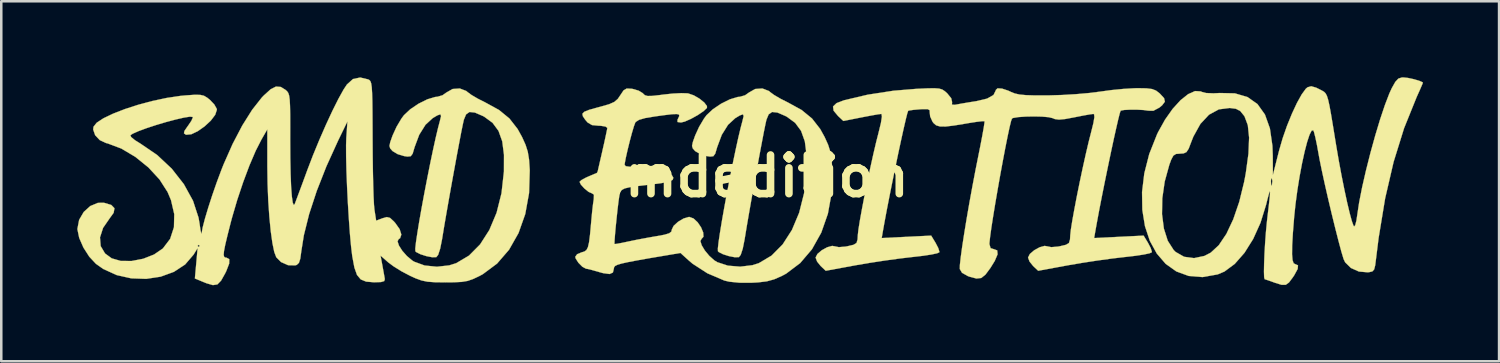
<source format=kicad_pcb>
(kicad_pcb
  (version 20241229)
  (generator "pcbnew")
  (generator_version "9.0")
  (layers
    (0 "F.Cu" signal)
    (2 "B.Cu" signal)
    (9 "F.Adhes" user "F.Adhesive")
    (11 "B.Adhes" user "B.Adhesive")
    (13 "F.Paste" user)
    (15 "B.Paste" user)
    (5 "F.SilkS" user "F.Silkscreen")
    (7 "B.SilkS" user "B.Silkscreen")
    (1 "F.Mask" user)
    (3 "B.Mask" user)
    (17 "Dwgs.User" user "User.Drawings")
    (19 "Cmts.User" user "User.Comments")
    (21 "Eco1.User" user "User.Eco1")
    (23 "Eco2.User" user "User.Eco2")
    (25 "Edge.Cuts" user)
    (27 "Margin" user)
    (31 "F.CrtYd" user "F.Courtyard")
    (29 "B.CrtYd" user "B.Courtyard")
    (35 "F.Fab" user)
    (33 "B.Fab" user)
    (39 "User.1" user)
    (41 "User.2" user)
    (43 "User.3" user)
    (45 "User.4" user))
  (footprint "smdedition"
    (layer "F.Cu")
    (at 26.589 3.9)
    (property "Reference" "smdedition" (at 0 0 0) (layer "F.SilkS") (effects (font (size 1.524 1.524) (thickness 0.3))))
    (attr through_hole)
    (fp_poly (pts (xy 25.912 -3.875) (xy 26.14 -3.826) (xy 26.35 -3.765) (xy 26.482 -3.708) (xy 26.501 -3.686) (xy 26.468 -3.604) (xy 26.384 -3.409) (xy 26.264 -3.142) (xy 26.255 -3.122) (xy 25.758 -1.891) (xy 25.346 -0.566) (xy 25.012 0.871) (xy 24.754 2.437) (xy 24.657 3.217) (xy 24.62 3.513) (xy 24.578 3.68) (xy 24.508 3.758) (xy 24.386 3.787) (xy 24.323 3.794) (xy 23.974 3.763) (xy 23.66 3.622) (xy 23.434 3.4) (xy 23.372 3.271) (xy 23.284 2.978) (xy 23.171 2.556) (xy 23.04 2.041) (xy 22.9 1.471) (xy 22.76 0.881) (xy 22.629 0.307) (xy 22.516 -0.212) (xy 22.428 -0.641) (xy 22.39 -0.847) (xy 22.323 -1.219) (xy 22.258 -1.53) (xy 22.204 -1.74) (xy 22.176 -1.81) (xy 22.109 -1.794) (xy 22.027 -1.633) (xy 21.934 -1.35) (xy 21.834 -0.967) (xy 21.733 -0.507) (xy 21.636 0.008) (xy 21.548 0.553) (xy 21.474 1.108) (xy 21.422 1.609) (xy 21.371 2.248) (xy 21.343 2.735) (xy 21.339 3.085) (xy 21.358 3.314) (xy 21.401 3.437) (xy 21.463 3.471) (xy 21.573 3.518) (xy 21.56 3.661) (xy 21.425 3.91) (xy 21.367 3.996) (xy 21.217 4.196) (xy 21.089 4.288) (xy 20.925 4.287) (xy 20.669 4.208) (xy 20.616 4.189) (xy 20.404 4.113) (xy 20.273 4.07) (xy 20.256 4.065) (xy 20.237 3.985) (xy 20.23 3.768) (xy 20.236 3.449) (xy 20.251 3.059) (xy 20.276 2.632) (xy 20.308 2.2) (xy 20.347 1.796) (xy 20.363 1.651) (xy 20.422 1.154) (xy 20.459 0.816) (xy 20.472 0.632) (xy 20.462 0.593) (xy 20.427 0.691) (xy 20.366 0.918) (xy 20.313 1.132) (xy 20.093 1.84) (xy 19.804 2.479) (xy 19.461 3.026) (xy 19.078 3.462) (xy 18.672 3.763) (xy 18.405 3.876) (xy 17.806 3.982) (xy 17.261 3.938) (xy 16.774 3.76) (xy 16.352 3.46) (xy 16.002 3.054) (xy 15.727 2.553) (xy 15.535 1.973) (xy 15.458 1.499) (xy 16.208 1.499) (xy 16.281 2.068) (xy 16.434 2.549) (xy 16.667 2.914) (xy 16.743 2.989) (xy 17.079 3.181) (xy 17.472 3.234) (xy 17.88 3.148) (xy 18.128 3.02) (xy 18.447 2.725) (xy 18.747 2.279) (xy 19.019 1.702) (xy 19.256 1.011) (xy 19.449 0.224) (xy 19.452 0.212) (xy 20.506 0.212) (xy 20.515 0.356) (xy 20.541 0.369) (xy 20.545 0.361) (xy 20.562 0.193) (xy 20.548 0.107) (xy 20.521 0.073) (xy 20.506 0.185) (xy 20.506 0.212) (xy 19.452 0.212) (xy 19.513 -0.117) (xy 19.618 -0.887) (xy 19.644 -1.52) (xy 19.593 -2.012) (xy 19.463 -2.359) (xy 19.449 -2.379) (xy 19.296 -2.568) (xy 19.124 -2.658) (xy 18.878 -2.69) (xy 18.448 -2.635) (xy 18.06 -2.423) (xy 17.722 -2.061) (xy 17.444 -1.559) (xy 17.359 -1.343) (xy 17.26 -1.084) (xy 17.172 -0.949) (xy 17.059 -0.897) (xy 16.924 -0.889) (xy 16.761 -0.876) (xy 16.655 -0.809) (xy 16.57 -0.649) (xy 16.496 -0.448) (xy 16.314 0.213) (xy 16.219 0.872) (xy 16.208 1.499) (xy 15.458 1.499) (xy 15.431 1.326) (xy 15.42 0.628) (xy 15.509 -0.11) (xy 15.703 -0.871) (xy 16.009 -1.644) (xy 16.054 -1.738) (xy 16.327 -2.229) (xy 16.627 -2.654) (xy 16.937 -2.995) (xy 17.238 -3.235) (xy 17.511 -3.357) (xy 17.738 -3.344) (xy 17.775 -3.325) (xy 17.946 -3.28) (xy 18.237 -3.268) (xy 18.485 -3.28) (xy 19.083 -3.267) (xy 19.579 -3.122) (xy 19.974 -2.844) (xy 20.269 -2.431) (xy 20.465 -1.882) (xy 20.564 -1.195) (xy 20.578 -0.81) (xy 20.582 -0.042) (xy 20.829 -1.016) (xy 20.969 -1.499) (xy 21.142 -1.993) (xy 21.335 -2.467) (xy 21.532 -2.889) (xy 21.72 -3.227) (xy 21.883 -3.45) (xy 21.951 -3.507) (xy 22.095 -3.547) (xy 22.289 -3.492) (xy 22.416 -3.429) (xy 22.518 -3.377) (xy 22.598 -3.33) (xy 22.661 -3.267) (xy 22.714 -3.168) (xy 22.763 -3.011) (xy 22.815 -2.777) (xy 22.876 -2.443) (xy 22.952 -1.989) (xy 23.049 -1.394) (xy 23.076 -1.228) (xy 23.18 -0.62) (xy 23.291 -0.024) (xy 23.404 0.538) (xy 23.512 1.04) (xy 23.612 1.459) (xy 23.697 1.771) (xy 23.762 1.952) (xy 23.787 1.987) (xy 23.831 1.934) (xy 23.878 1.753) (xy 23.909 1.543) (xy 23.985 1.04) (xy 24.103 0.44) (xy 24.255 -0.223) (xy 24.43 -0.915) (xy 24.619 -1.599) (xy 24.813 -2.242) (xy 25.003 -2.809) (xy 25.178 -3.265) (xy 25.273 -3.472) (xy 25.413 -3.721) (xy 25.533 -3.849) (xy 25.672 -3.893) (xy 25.727 -3.895) (xy 25.912 -3.875)) (stroke (width 0.01) (type solid)) (fill yes) (layer "F.SilkS"))
    (fp_poly (pts (xy 15.592 -3.465) (xy 15.817 -3.437) (xy 15.972 -3.376) (xy 16.109 -3.27) (xy 16.117 -3.264) (xy 16.289 -3.078) (xy 16.321 -2.938) (xy 16.211 -2.794) (xy 16.11 -2.709) (xy 15.866 -2.579) (xy 15.665 -2.583) (xy 15.48 -2.609) (xy 15.221 -2.623) (xy 14.947 -2.623) (xy 14.715 -2.611) (xy 14.583 -2.586) (xy 14.575 -2.581) (xy 14.542 -2.484) (xy 14.481 -2.245) (xy 14.399 -1.889) (xy 14.299 -1.44) (xy 14.188 -0.923) (xy 14.071 -0.363) (xy 13.952 0.216) (xy 13.837 0.789) (xy 13.731 1.332) (xy 13.64 1.821) (xy 13.584 2.131) (xy 13.53 2.442) (xy 14.506 2.394) (xy 15.482 2.346) (xy 15.657 2.634) (xy 15.762 2.836) (xy 15.807 2.983) (xy 15.805 3.004) (xy 15.715 3.044) (xy 15.489 3.092) (xy 15.162 3.142) (xy 14.767 3.188) (xy 14.744 3.19) (xy 14.243 3.249) (xy 13.651 3.33) (xy 13.044 3.423) (xy 12.516 3.513) (xy 11.322 3.733) (xy 11.122 3.545) (xy 10.981 3.37) (xy 10.922 3.212) (xy 10.922 3.211) (xy 10.993 3.071) (xy 11.165 2.924) (xy 11.379 2.806) (xy 11.577 2.751) (xy 11.674 2.768) (xy 11.839 2.801) (xy 12.106 2.779) (xy 12.184 2.764) (xy 12.42 2.708) (xy 12.537 2.635) (xy 12.578 2.496) (xy 12.587 2.334) (xy 12.611 2.114) (xy 12.667 1.762) (xy 12.749 1.308) (xy 12.849 0.785) (xy 12.963 0.225) (xy 13.083 -0.341) (xy 13.203 -0.881) (xy 13.316 -1.362) (xy 13.406 -1.714) (xy 13.5 -2.093) (xy 13.54 -2.329) (xy 13.528 -2.44) (xy 13.5 -2.455) (xy 13.372 -2.439) (xy 13.126 -2.396) (xy 12.811 -2.334) (xy 12.74 -2.32) (xy 12.382 -2.253) (xy 12.143 -2.231) (xy 11.98 -2.252) (xy 11.891 -2.289) (xy 11.736 -2.326) (xy 11.473 -2.349) (xy 11.153 -2.356) (xy 10.824 -2.35) (xy 10.537 -2.33) (xy 10.34 -2.297) (xy 10.288 -2.273) (xy 10.251 -2.169) (xy 10.191 -1.923) (xy 10.114 -1.562) (xy 10.024 -1.111) (xy 9.926 -0.596) (xy 9.824 -0.043) (xy 9.724 0.522) (xy 9.629 1.073) (xy 9.545 1.585) (xy 9.475 2.032) (xy 9.426 2.388) (xy 9.4 2.627) (xy 9.398 2.683) (xy 9.445 2.841) (xy 9.567 2.879) (xy 9.706 2.929) (xy 9.72 3.083) (xy 9.609 3.344) (xy 9.438 3.621) (xy 9.243 3.884) (xy 9.076 4.018) (xy 8.885 4.039) (xy 8.618 3.968) (xy 8.551 3.945) (xy 8.316 3.812) (xy 8.229 3.664) (xy 8.233 3.505) (xy 8.266 3.204) (xy 8.323 2.786) (xy 8.402 2.274) (xy 8.497 1.694) (xy 8.605 1.069) (xy 8.723 0.423) (xy 8.845 -0.219) (xy 8.943 -0.709) (xy 9.037 -1.178) (xy 9.115 -1.585) (xy 9.172 -1.904) (xy 9.203 -2.108) (xy 9.205 -2.168) (xy 9.114 -2.168) (xy 8.896 -2.143) (xy 8.593 -2.096) (xy 8.461 -2.073) (xy 7.997 -1.997) (xy 7.669 -1.958) (xy 7.445 -1.961) (xy 7.297 -2.005) (xy 7.194 -2.093) (xy 7.151 -2.152) (xy 7.06 -2.355) (xy 7.043 -2.512) (xy 7.039 -2.603) (xy 6.959 -2.643) (xy 6.765 -2.645) (xy 6.646 -2.637) (xy 6.397 -2.615) (xy 6.23 -2.59) (xy 6.192 -2.578) (xy 6.159 -2.482) (xy 6.099 -2.244) (xy 6.017 -1.89) (xy 5.918 -1.443) (xy 5.807 -0.928) (xy 5.69 -0.369) (xy 5.572 0.208) (xy 5.457 0.78) (xy 5.351 1.321) (xy 5.26 1.808) (xy 5.202 2.131) (xy 5.148 2.442) (xy 6.124 2.394) (xy 7.1 2.346) (xy 7.275 2.634) (xy 7.38 2.836) (xy 7.425 2.983) (xy 7.423 3.004) (xy 7.333 3.044) (xy 7.107 3.092) (xy 6.78 3.142) (xy 6.385 3.188) (xy 6.362 3.19) (xy 5.861 3.249) (xy 5.269 3.33) (xy 4.662 3.423) (xy 4.134 3.513) (xy 2.94 3.733) (xy 2.74 3.545) (xy 2.599 3.37) (xy 2.54 3.212) (xy 2.54 3.211) (xy 2.611 3.071) (xy 2.783 2.924) (xy 2.997 2.806) (xy 3.195 2.751) (xy 3.292 2.768) (xy 3.457 2.801) (xy 3.724 2.779) (xy 3.802 2.764) (xy 4.038 2.708) (xy 4.155 2.635) (xy 4.196 2.496) (xy 4.205 2.334) (xy 4.229 2.114) (xy 4.285 1.762) (xy 4.367 1.308) (xy 4.467 0.785) (xy 4.581 0.225) (xy 4.701 -0.341) (xy 4.821 -0.881) (xy 4.934 -1.362) (xy 5.024 -1.714) (xy 5.117 -2.096) (xy 5.156 -2.347) (xy 5.14 -2.453) (xy 5.13 -2.455) (xy 5.009 -2.44) (xy 4.767 -2.398) (xy 4.449 -2.338) (xy 4.336 -2.316) (xy 3.635 -2.177) (xy 3.426 -2.373) (xy 3.25 -2.583) (xy 3.228 -2.748) (xy 3.366 -2.881) (xy 3.662 -2.994) (xy 4.597 -3.214) (xy 5.618 -3.371) (xy 6.519 -3.445) (xy 6.938 -3.464) (xy 7.224 -3.469) (xy 7.413 -3.455) (xy 7.54 -3.417) (xy 7.642 -3.349) (xy 7.734 -3.267) (xy 7.892 -3.073) (xy 7.927 -2.918) (xy 7.924 -2.911) (xy 7.92 -2.823) (xy 8.031 -2.814) (xy 8.107 -2.828) (xy 8.314 -2.866) (xy 8.617 -2.917) (xy 8.89 -2.96) (xy 9.305 -3.059) (xy 9.559 -3.202) (xy 9.652 -3.389) (xy 9.652 -3.403) (xy 9.72 -3.465) (xy 9.897 -3.454) (xy 10.141 -3.373) (xy 10.248 -3.323) (xy 10.399 -3.262) (xy 10.588 -3.22) (xy 10.846 -3.196) (xy 11.207 -3.185) (xy 11.704 -3.186) (xy 11.726 -3.186) (xy 12.255 -3.202) (xy 12.816 -3.235) (xy 13.34 -3.281) (xy 13.758 -3.334) (xy 14.212 -3.396) (xy 14.692 -3.443) (xy 15.118 -3.468) (xy 15.249 -3.471) (xy 15.592 -3.465)) (stroke (width 0.01) (type solid)) (fill yes) (layer "F.SilkS"))
    (fp_poly (pts (xy 0.695 -3.361) (xy 0.747 -3.317) (xy 0.901 -3.204) (xy 1.155 -3.055) (xy 1.45 -2.906) (xy 1.989 -2.61) (xy 2.399 -2.274) (xy 2.721 -1.861) (xy 2.895 -1.547) (xy 3.035 -1.237) (xy 3.122 -0.963) (xy 3.172 -0.659) (xy 3.199 -0.258) (xy 3.2 -0.22) (xy 3.174 0.66) (xy 3.025 1.483) (xy 2.763 2.23) (xy 2.396 2.885) (xy 1.932 3.429) (xy 1.38 3.845) (xy 1.209 3.937) (xy 0.906 4.07) (xy 0.615 4.15) (xy 0.267 4.192) (xy 0 4.206) (xy -0.469 4.204) (xy -0.86 4.165) (xy -1.058 4.119) (xy -1.73 3.832) (xy -2.313 3.455) (xy -2.458 3.332) (xy -2.792 3.03) (xy -3.364 3.127) (xy -4.004 3.235) (xy -4.495 3.322) (xy -4.858 3.391) (xy -5.111 3.447) (xy -5.275 3.496) (xy -5.368 3.542) (xy -5.409 3.591) (xy -5.419 3.644) (xy -5.457 3.802) (xy -5.587 3.861) (xy -5.833 3.829) (xy -5.946 3.799) (xy -6.212 3.723) (xy -6.363 3.681) (xy -6.449 3.662) (xy -6.519 3.651) (xy -6.519 3.651) (xy -6.662 3.574) (xy -6.819 3.416) (xy -6.926 3.248) (xy -6.943 3.182) (xy -6.869 3.08) (xy -6.695 3.007) (xy -6.583 2.974) (xy -6.501 2.915) (xy -6.443 2.803) (xy -6.398 2.61) (xy -6.36 2.309) (xy -6.32 1.874) (xy -6.308 1.736) (xy -6.276 1.399) (xy -6.241 1.098) (xy -6.213 0.91) (xy -6.206 0.731) (xy -6.286 0.677) (xy -6.417 0.62) (xy -6.582 0.486) (xy -6.721 0.333) (xy -6.773 0.224) (xy -6.703 0.157) (xy -6.524 0.059) (xy -6.421 0.013) (xy -6.069 -0.137) (xy -5.876 -0.979) (xy -5.794 -1.34) (xy -5.729 -1.642) (xy -5.687 -1.844) (xy -5.678 -1.905) (xy -5.749 -1.957) (xy -5.936 -1.987) (xy -6.022 -1.99) (xy -6.281 -2.015) (xy -6.454 -2.116) (xy -6.55 -2.227) (xy -6.642 -2.363) (xy -6.661 -2.461) (xy -6.587 -2.539) (xy -6.398 -2.616) (xy -6.073 -2.707) (xy -5.93 -2.745) (xy -5.606 -2.838) (xy -5.401 -2.929) (xy -5.264 -3.048) (xy -5.164 -3.195) (xy -5.037 -3.384) (xy -4.914 -3.457) (xy -4.724 -3.449) (xy -4.675 -3.441) (xy -4.441 -3.373) (xy -4.277 -3.273) (xy -4.263 -3.256) (xy -4.195 -3.193) (xy -4.085 -3.163) (xy -3.895 -3.167) (xy -3.588 -3.202) (xy -3.463 -3.219) (xy -3.097 -3.258) (xy -2.762 -3.275) (xy -2.518 -3.268) (xy -2.484 -3.263) (xy -2.264 -3.187) (xy -2.04 -3.057) (xy -1.853 -2.906) (xy -1.747 -2.767) (xy -1.746 -2.693) (xy -1.878 -2.566) (xy -2.108 -2.41) (xy -2.375 -2.262) (xy -2.621 -2.153) (xy -2.771 -2.117) (xy -2.909 -2.136) (xy -2.909 -2.225) (xy -2.879 -2.286) (xy -2.839 -2.375) (xy -2.85 -2.429) (xy -2.935 -2.451) (xy -3.12 -2.444) (xy -3.428 -2.407) (xy -3.793 -2.357) (xy -4.18 -2.293) (xy -4.425 -2.223) (xy -4.554 -2.14) (xy -4.576 -2.109) (xy -4.63 -1.962) (xy -4.708 -1.7) (xy -4.795 -1.373) (xy -4.879 -1.032) (xy -4.948 -0.726) (xy -4.989 -0.507) (xy -4.995 -0.446) (xy -4.949 -0.392) (xy -4.794 -0.372) (xy -4.505 -0.383) (xy -4.377 -0.393) (xy -3.887 -0.401) (xy -3.518 -0.324) (xy -3.238 -0.153) (xy -3.134 -0.044) (xy -3.072 0.063) (xy -3.1 0.146) (xy -3.237 0.211) (xy -3.502 0.268) (xy -3.913 0.324) (xy -4.022 0.337) (xy -4.476 0.39) (xy -4.79 0.436) (xy -4.992 0.484) (xy -5.109 0.546) (xy -5.169 0.633) (xy -5.2 0.754) (xy -5.206 0.788) (xy -5.235 0.991) (xy -5.271 1.284) (xy -5.308 1.626) (xy -5.344 1.977) (xy -5.373 2.295) (xy -5.391 2.539) (xy -5.396 2.668) (xy -5.394 2.678) (xy -5.308 2.671) (xy -5.105 2.633) (xy -4.868 2.583) (xy -4.507 2.508) (xy -4.08 2.428) (xy -3.747 2.37) (xy -3.424 2.311) (xy -3.236 2.254) (xy -3.15 2.186) (xy -3.133 2.108) (xy -3.062 1.961) (xy -2.888 1.802) (xy -2.669 1.671) (xy -2.461 1.61) (xy -2.442 1.609) (xy -2.277 1.669) (xy -2.114 1.82) (xy -1.979 2.019) (xy -1.894 2.223) (xy -1.884 2.391) (xy -1.958 2.473) (xy -2.006 2.56) (xy -1.955 2.725) (xy -1.831 2.932) (xy -1.657 3.142) (xy -1.459 3.32) (xy -1.34 3.394) (xy -0.921 3.531) (xy -0.434 3.571) (xy 0.049 3.513) (xy 0.3 3.433) (xy 0.802 3.135) (xy 1.24 2.693) (xy 1.606 2.124) (xy 1.891 1.446) (xy 2.085 0.675) (xy 2.18 -0.172) (xy 2.181 -0.176) (xy 2.183 -0.843) (xy 2.115 -1.374) (xy 1.967 -1.787) (xy 1.733 -2.104) (xy 1.406 -2.344) (xy 1.351 -2.373) (xy 1.036 -2.509) (xy 0.824 -2.532) (xy 0.687 -2.436) (xy 0.599 -2.223) (xy 0.56 -2.046) (xy 0.496 -1.732) (xy 0.415 -1.306) (xy 0.319 -0.798) (xy 0.216 -0.235) (xy 0.109 0.354) (xy 0.004 0.942) (xy -0.094 1.5) (xy -0.18 2.001) (xy -0.248 2.416) (xy -0.259 2.484) (xy -0.334 2.861) (xy -0.414 3.105) (xy -0.485 3.194) (xy -0.644 3.2) (xy -0.878 3.155) (xy -1.114 3.08) (xy -1.282 2.994) (xy -1.313 2.962) (xy -1.316 2.851) (xy -1.288 2.6) (xy -1.233 2.233) (xy -1.158 1.774) (xy -1.065 1.248) (xy -0.96 0.681) (xy -0.847 0.096) (xy -0.732 -0.481) (xy -0.618 -1.025) (xy -0.511 -1.513) (xy -0.414 -1.919) (xy -0.345 -2.18) (xy -0.299 -2.371) (xy -0.326 -2.44) (xy -0.448 -2.397) (xy -0.628 -2.29) (xy -0.914 -2.027) (xy -1.161 -1.632) (xy -1.345 -1.14) (xy -1.353 -1.112) (xy -1.42 -0.886) (xy -1.495 -0.786) (xy -1.625 -0.772) (xy -1.758 -0.792) (xy -2.01 -0.868) (xy -2.211 -0.988) (xy -2.222 -0.999) (xy -2.307 -1.096) (xy -2.335 -1.194) (xy -2.304 -1.344) (xy -2.214 -1.598) (xy -2.207 -1.615) (xy -2.056 -1.945) (xy -1.864 -2.269) (xy -1.765 -2.403) (xy -1.514 -2.639) (xy -1.187 -2.859) (xy -0.841 -3.031) (xy -0.533 -3.124) (xy -0.445 -3.132) (xy -0.243 -3.191) (xy -0.085 -3.302) (xy 0.156 -3.439) (xy 0.44 -3.459) (xy 0.695 -3.361)) (stroke (width 0.01) (type solid)) (fill yes) (layer "F.SilkS"))
    (fp_poly (pts (xy -15.113 -3.817) (xy -15.063 -3.791) (xy -15.024 -3.744) (xy -14.994 -3.658) (xy -14.972 -3.512) (xy -14.958 -3.288) (xy -14.948 -2.966) (xy -14.943 -2.528) (xy -14.94 -1.954) (xy -14.938 -1.431) (xy -14.934 -0.796) (xy -14.926 -0.194) (xy -14.914 0.346) (xy -14.9 0.799) (xy -14.883 1.135) (xy -14.865 1.323) (xy -14.798 1.756) (xy -14.546 1.661) (xy -14.378 1.614) (xy -14.251 1.646) (xy -14.103 1.782) (xy -14.048 1.843) (xy -13.871 2.092) (xy -13.804 2.305) (xy -13.854 2.45) (xy -13.906 2.48) (xy -13.954 2.57) (xy -13.9 2.736) (xy -13.769 2.942) (xy -13.585 3.151) (xy -13.374 3.328) (xy -13.3 3.374) (xy -12.886 3.525) (xy -12.402 3.574) (xy -11.914 3.52) (xy -11.638 3.433) (xy -11.136 3.135) (xy -10.697 2.693) (xy -10.332 2.124) (xy -10.047 1.446) (xy -9.853 0.675) (xy -9.758 -0.172) (xy -9.757 -0.176) (xy -9.755 -0.843) (xy -9.823 -1.374) (xy -9.971 -1.787) (xy -10.205 -2.104) (xy -10.532 -2.344) (xy -10.587 -2.373) (xy -10.902 -2.509) (xy -11.114 -2.532) (xy -11.251 -2.436) (xy -11.339 -2.223) (xy -11.378 -2.046) (xy -11.442 -1.732) (xy -11.523 -1.306) (xy -11.619 -0.798) (xy -11.722 -0.235) (xy -11.829 0.354) (xy -11.934 0.942) (xy -12.032 1.5) (xy -12.118 2.001) (xy -12.186 2.416) (xy -12.197 2.484) (xy -12.272 2.861) (xy -12.352 3.105) (xy -12.423 3.194) (xy -12.582 3.2) (xy -12.816 3.155) (xy -13.052 3.08) (xy -13.22 2.994) (xy -13.251 2.962) (xy -13.254 2.851) (xy -13.226 2.6) (xy -13.171 2.233) (xy -13.096 1.774) (xy -13.003 1.248) (xy -12.898 0.681) (xy -12.785 0.096) (xy -12.67 -0.481) (xy -12.556 -1.025) (xy -12.449 -1.513) (xy -12.352 -1.919) (xy -12.283 -2.18) (xy -12.237 -2.371) (xy -12.264 -2.44) (xy -12.386 -2.397) (xy -12.566 -2.29) (xy -12.852 -2.027) (xy -13.099 -1.632) (xy -13.283 -1.14) (xy -13.291 -1.112) (xy -13.358 -0.886) (xy -13.433 -0.786) (xy -13.563 -0.772) (xy -13.696 -0.792) (xy -13.948 -0.868) (xy -14.149 -0.988) (xy -14.16 -0.999) (xy -14.245 -1.096) (xy -14.273 -1.194) (xy -14.242 -1.344) (xy -14.152 -1.598) (xy -14.145 -1.615) (xy -13.994 -1.945) (xy -13.802 -2.269) (xy -13.703 -2.403) (xy -13.452 -2.639) (xy -13.125 -2.859) (xy -12.779 -3.031) (xy -12.471 -3.124) (xy -12.383 -3.132) (xy -12.181 -3.191) (xy -12.023 -3.302) (xy -11.782 -3.439) (xy -11.498 -3.459) (xy -11.243 -3.361) (xy -11.191 -3.317) (xy -11.037 -3.204) (xy -10.783 -3.055) (xy -10.488 -2.906) (xy -9.949 -2.61) (xy -9.539 -2.274) (xy -9.217 -1.861) (xy -9.043 -1.547) (xy -8.903 -1.237) (xy -8.816 -0.963) (xy -8.766 -0.659) (xy -8.739 -0.258) (xy -8.738 -0.22) (xy -8.765 0.666) (xy -8.915 1.494) (xy -9.181 2.245) (xy -9.554 2.902) (xy -10.027 3.449) (xy -10.59 3.868) (xy -10.729 3.943) (xy -10.975 4.059) (xy -11.189 4.133) (xy -11.425 4.172) (xy -11.737 4.188) (xy -12.065 4.191) (xy -12.473 4.186) (xy -12.768 4.165) (xy -13.006 4.116) (xy -13.243 4.03) (xy -13.466 3.928) (xy -13.798 3.753) (xy -14.113 3.557) (xy -14.323 3.4) (xy -14.625 3.135) (xy -14.55 3.536) (xy -14.502 3.801) (xy -14.465 4.008) (xy -14.456 4.064) (xy -14.48 4.14) (xy -14.605 4.178) (xy -14.863 4.187) (xy -14.891 4.187) (xy -15.193 4.161) (xy -15.406 4.074) (xy -15.554 3.897) (xy -15.657 3.606) (xy -15.738 3.172) (xy -15.741 3.158) (xy -15.787 2.777) (xy -15.833 2.275) (xy -15.875 1.689) (xy -15.914 1.055) (xy -15.946 0.41) (xy -15.97 -0.209) (xy -15.983 -0.767) (xy -15.985 -1.225) (xy -15.975 -1.524) (xy -15.931 -2.159) (xy -16.302 -1.397) (xy -16.759 -0.392) (xy -17.142 0.582) (xy -17.443 1.499) (xy -17.651 2.332) (xy -17.751 2.961) (xy -17.791 3.255) (xy -17.845 3.421) (xy -17.93 3.501) (xy -17.986 3.52) (xy -18.27 3.514) (xy -18.551 3.389) (xy -18.739 3.2) (xy -18.818 2.992) (xy -18.891 2.639) (xy -18.957 2.169) (xy -19.012 1.605) (xy -19.055 0.975) (xy -19.082 0.302) (xy -19.092 -0.387) (xy -19.092 -0.394) (xy -19.092 -1.847) (xy -19.321 -1.45) (xy -19.551 -1) (xy -19.797 -0.425) (xy -20.045 0.236) (xy -20.28 0.939) (xy -20.487 1.646) (xy -20.538 1.838) (xy -20.666 2.343) (xy -20.753 2.708) (xy -20.801 2.955) (xy -20.814 3.106) (xy -20.794 3.185) (xy -20.744 3.214) (xy -20.701 3.217) (xy -20.593 3.275) (xy -20.597 3.45) (xy -20.712 3.748) (xy -20.755 3.835) (xy -20.916 4.122) (xy -21.061 4.271) (xy -21.238 4.299) (xy -21.494 4.225) (xy -21.622 4.173) (xy -21.95 4.037) (xy -21.896 3.437) (xy -21.842 2.836) (xy -22.003 3.098) (xy -22.336 3.486) (xy -22.779 3.776) (xy -23.301 3.966) (xy -23.871 4.052) (xy -24.459 4.032) (xy -25.033 3.904) (xy -25.564 3.663) (xy -25.855 3.458) (xy -26.117 3.177) (xy -26.348 2.817) (xy -26.514 2.437) (xy -26.584 2.099) (xy -26.584 2.074) (xy -26.517 1.724) (xy -26.336 1.414) (xy -26.077 1.179) (xy -25.774 1.053) (xy -25.536 1.051) (xy -25.248 1.137) (xy -25.123 1.265) (xy -25.155 1.446) (xy -25.302 1.649) (xy -25.572 2.04) (xy -25.694 2.417) (xy -25.667 2.76) (xy -25.494 3.051) (xy -25.231 3.243) (xy -24.875 3.345) (xy -24.443 3.347) (xy -23.987 3.259) (xy -23.56 3.091) (xy -23.214 2.854) (xy -23.213 2.853) (xy -23.136 2.752) (xy -21.844 2.752) (xy -21.802 2.794) (xy -21.759 2.752) (xy -21.802 2.709) (xy -21.844 2.752) (xy -23.136 2.752) (xy -22.926 2.475) (xy -22.776 2.016) (xy -22.764 1.499) (xy -22.892 0.946) (xy -23.027 0.627) (xy -23.345 0.131) (xy -23.782 -0.342) (xy -24.297 -0.759) (xy -24.848 -1.087) (xy -25.392 -1.292) (xy -25.457 -1.307) (xy -25.703 -1.422) (xy -25.885 -1.616) (xy -25.963 -1.84) (xy -25.95 -1.949) (xy -25.824 -2.108) (xy -25.558 -2.283) (xy -25.178 -2.465) (xy -24.712 -2.646) (xy -24.187 -2.816) (xy -23.63 -2.965) (xy -23.068 -3.085) (xy -22.527 -3.166) (xy -22.316 -3.186) (xy -21.972 -3.21) (xy -21.747 -3.208) (xy -21.593 -3.173) (xy -21.462 -3.095) (xy -21.356 -3.009) (xy -21.184 -2.829) (xy -21.089 -2.66) (xy -21.082 -2.62) (xy -21.149 -2.419) (xy -21.324 -2.189) (xy -21.567 -1.964) (xy -21.836 -1.774) (xy -22.091 -1.653) (xy -22.292 -1.634) (xy -22.31 -1.639) (xy -22.381 -1.69) (xy -22.362 -1.784) (xy -22.242 -1.959) (xy -22.218 -1.991) (xy -22.09 -2.18) (xy -22.032 -2.31) (xy -22.035 -2.336) (xy -22.147 -2.347) (xy -22.382 -2.31) (xy -22.705 -2.236) (xy -23.081 -2.136) (xy -23.475 -2.019) (xy -23.85 -1.896) (xy -24.17 -1.778) (xy -24.402 -1.675) (xy -24.495 -1.614) (xy -24.464 -1.542) (xy -24.316 -1.42) (xy -24.095 -1.282) (xy -23.439 -0.835) (xy -22.861 -0.293) (xy -22.383 0.319) (xy -22.024 0.971) (xy -21.806 1.637) (xy -21.767 1.864) (xy -21.731 2.115) (xy -21.701 2.259) (xy -21.686 2.264) (xy -21.685 2.26) (xy -21.645 2.032) (xy -21.554 1.681) (xy -21.423 1.243) (xy -21.264 0.752) (xy -21.087 0.243) (xy -20.903 -0.249) (xy -20.82 -0.459) (xy -20.461 -1.27) (xy -20.08 -1.998) (xy -19.691 -2.617) (xy -19.31 -3.101) (xy -19.232 -3.182) (xy -18.963 -3.426) (xy -18.75 -3.535) (xy -18.558 -3.519) (xy -18.373 -3.404) (xy -18.311 -3.348) (xy -18.264 -3.28) (xy -18.231 -3.176) (xy -18.209 -3.014) (xy -18.196 -2.771) (xy -18.189 -2.423) (xy -18.188 -1.948) (xy -18.189 -1.435) (xy -18.185 -0.709) (xy -18.173 -0.086) (xy -18.153 0.421) (xy -18.124 0.802) (xy -18.089 1.046) (xy -18.048 1.14) (xy -18.011 1.101) (xy -17.965 0.979) (xy -17.872 0.73) (xy -17.744 0.386) (xy -17.593 -0.023) (xy -17.524 -0.212) (xy -17.294 -0.814) (xy -17.041 -1.428) (xy -16.78 -2.025) (xy -16.525 -2.575) (xy -16.288 -3.048) (xy -16.084 -3.416) (xy -15.952 -3.616) (xy -15.712 -3.832) (xy -15.427 -3.892) (xy -15.113 -3.817)) (stroke (width 0.01) (type solid)) (fill yes) (layer "F.SilkS")))
  (gr_rect
    (start -3 -3)
    (end 56.095 11.204)
    (stroke (width 0.1) (type default))
    (fill no)
    (layer "Edge.Cuts")))
</source>
